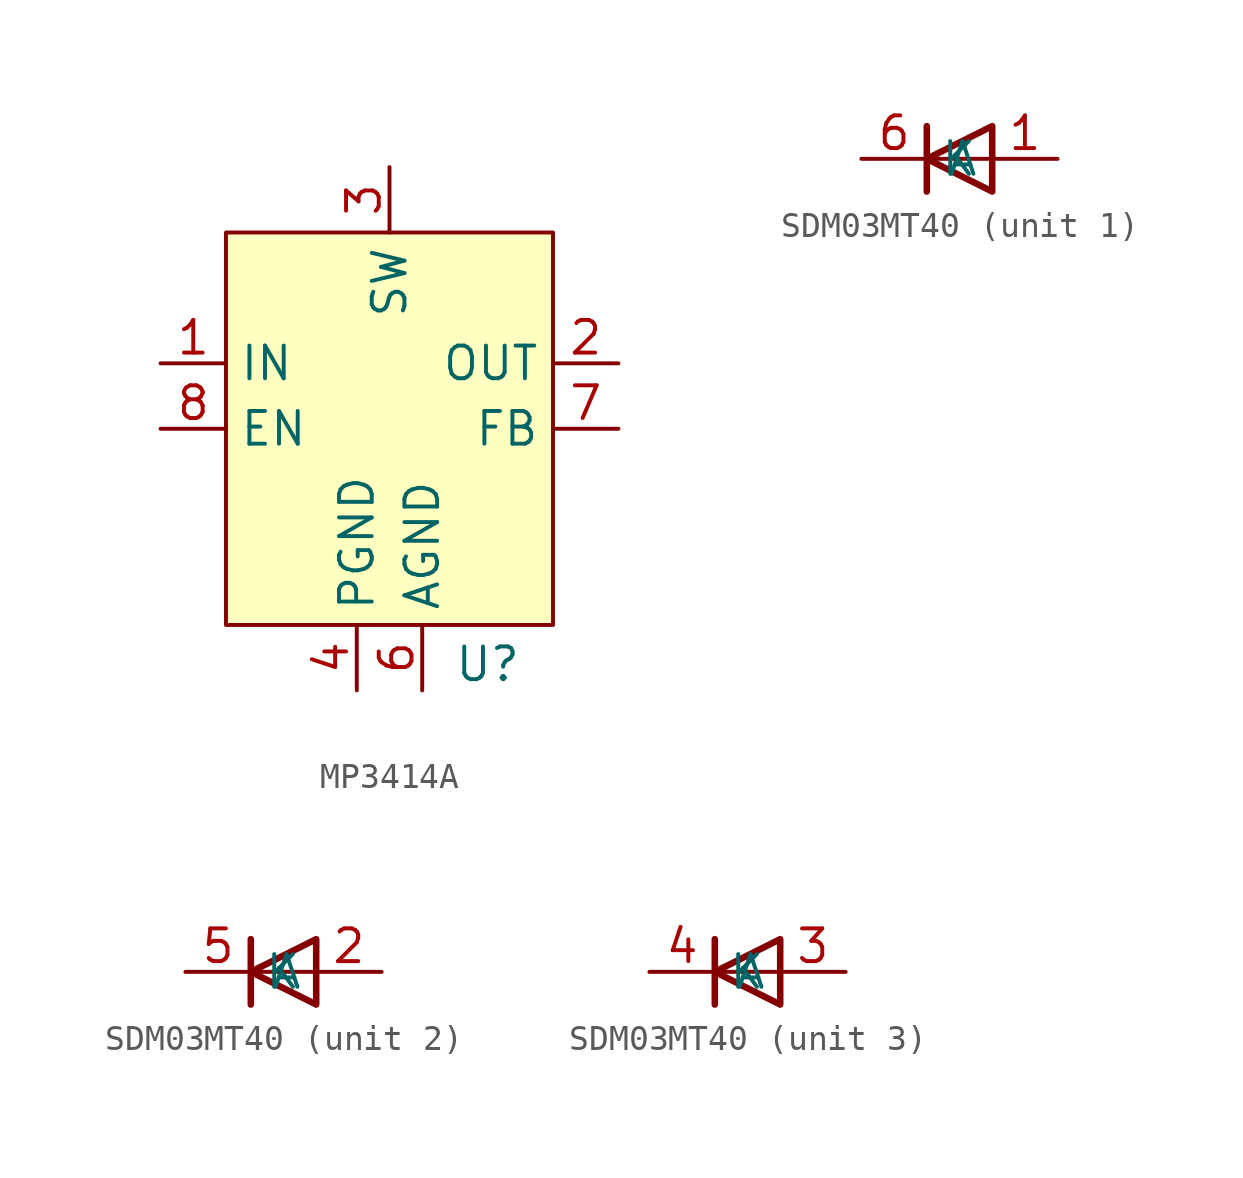
<source format=kicad_sym>
(kicad_symbol_lib
  (version 20241209)
  (generator "kicad_symbol_editor")
  (generator_version "9.0")
  (symbol "MP3414A"
    (property "Reference" "U"
      (at 3.81 -10.414 0)
      (effects (font (size 1.27 1.27))))
    (property "Value" ""
      (at 0 -3.81 0)
      (effects (font (size 1.27 1.27))))
    (symbol "MP3414A_1_1"
      (rectangle (start -6.35 6.35) (end 6.35 -8.89) (stroke (width 0) (type solid)) (fill (type background)))
      (pin passive line (at -8.89 1.27 0) (length 2.54) (name "IN" (effects (font (size 1.27 1.27)))) (number "1" (effects (font (size 1.27 1.27)))))
      (pin input line (at -8.89 -1.27 0) (length 2.54) (name "EN" (effects (font (size 1.27 1.27)))) (number "8" (effects (font (size 1.27 1.27)))))
      (pin passive line (at -1.27 -11.43 90) (length 2.54) (name "PGND" (effects (font (size 1.27 1.27)))) (number "4" (effects (font (size 1.27 1.27)))))
      (pin passive line (at 0 8.89 270) (length 2.54) (name "SW" (effects (font (size 1.27 1.27)))) (number "3" (effects (font (size 1.27 1.27)))))
      (pin passive line (at 1.27 -11.43 90) (length 2.54) (name "AGND" (effects (font (size 1.27 1.27)))) (number "6" (effects (font (size 1.27 1.27)))))
      (pin passive line (at 8.89 1.27 180) (length 2.54) (name "OUT" (effects (font (size 1.27 1.27)))) (number "2" (effects (font (size 1.27 1.27)))))
      (pin passive line (at 8.89 -1.27 180) (length 2.54) (name "FB" (effects (font (size 1.27 1.27)))) (number "7" (effects (font (size 1.27 1.27)))))))
  (symbol "SDM03MT40"
    (property "Reference" "D"
      (at 0 0 0)
      (effects (font (size 1.27 1.27)) (hide yes)))
    (property "Value" ""
      (at 0 0 0)
      (effects (font (size 1.27 1.27))))
    (symbol "SDM03MT40_0_1"
      (polyline (pts (xy -1.27 1.27) (xy -1.27 -1.27)) (stroke (width 0.254) (type default)) (fill (type none)))
      (polyline (pts (xy 1.27 1.27) (xy 1.27 -1.27) (xy -1.27 0) (xy 1.27 1.27)) (stroke (width 0.254) (type default)) (fill (type none)))
      (polyline (pts (xy 1.27 0) (xy -1.27 0)) (stroke (width 0) (type default)) (fill (type none))))
    (symbol "SDM03MT40_1_1"
      (pin passive line (at -3.81 0 0) (length 2.54) (name "K" (effects (font (size 1.27 1.27)))) (number "6" (effects (font (size 1.27 1.27)))))
      (pin passive line (at 3.81 0 180) (length 2.54) (name "A" (effects (font (size 1.27 1.27)))) (number "1" (effects (font (size 1.27 1.27))))))
    (symbol "SDM03MT40_2_1"
      (pin passive line (at -3.81 0 0) (length 2.54) (name "K" (effects (font (size 1.27 1.27)))) (number "5" (effects (font (size 1.27 1.27)))))
      (pin passive line (at 3.81 0 180) (length 2.54) (name "A" (effects (font (size 1.27 1.27)))) (number "2" (effects (font (size 1.27 1.27))))))
    (symbol "SDM03MT40_3_1"
      (pin passive line (at -3.81 0 0) (length 2.54) (name "K" (effects (font (size 1.27 1.27)))) (number "4" (effects (font (size 1.27 1.27)))))
      (pin passive line (at 3.81 0 180) (length 2.54) (name "A" (effects (font (size 1.27 1.27)))) (number "3" (effects (font (size 1.27 1.27))))))))
</source>
